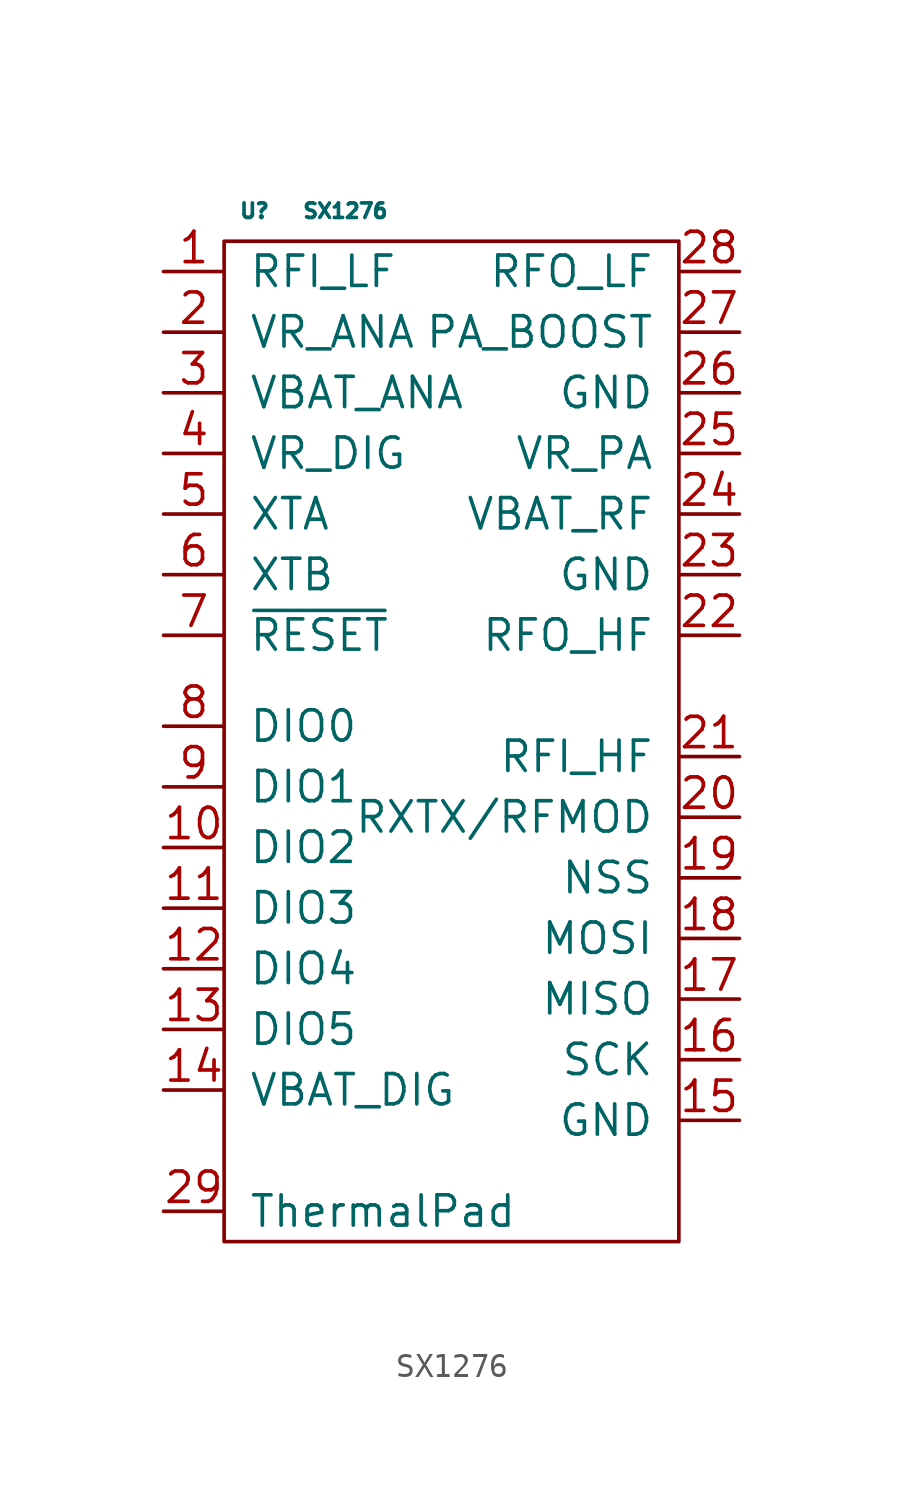
<source format=kicad_sym>
(kicad_symbol_lib
  (version 20211014)
  (generator kicad_symbol_editor)
  (symbol "SX1276"
    (pin_names
      (offset 1.016))
    (property "Reference" "U"
      (at -8.89 27.94 0)
      (effects (font (size 0.61 0.61))))
    (property "Value" "SX1276"
      (at -5.08 27.94 0)
      (effects (font (size 0.61 0.61))))
    (symbol "SX1276_0_1"
      (rectangle (start -10.16 26.67) (end 8.89 -15.24) (stroke (width 0) (type default) (color 0 0 0 0)) (fill (type none))))
    (symbol "SX1276_1_1"
      (pin input line (at -12.7 25.4 0) (length 2.54) (name "RFI_LF" (effects (font (size 1.27 1.27)))) (number "1" (effects (font (size 1.27 1.27)))))
      (pin input line (at -12.7 1.27 0) (length 2.54) (name "DIO2" (effects (font (size 1.27 1.27)))) (number "10" (effects (font (size 1.27 1.27)))))
      (pin input line (at -12.7 -1.27 0) (length 2.54) (name "DIO3" (effects (font (size 1.27 1.27)))) (number "11" (effects (font (size 1.27 1.27)))))
      (pin input line (at -12.7 -3.81 0) (length 2.54) (name "DIO4" (effects (font (size 1.27 1.27)))) (number "12" (effects (font (size 1.27 1.27)))))
      (pin input line (at -12.7 -6.35 0) (length 2.54) (name "DIO5" (effects (font (size 1.27 1.27)))) (number "13" (effects (font (size 1.27 1.27)))))
      (pin input line (at -12.7 -8.89 0) (length 2.54) (name "VBAT_DIG" (effects (font (size 1.27 1.27)))) (number "14" (effects (font (size 1.27 1.27)))))
      (pin input line (at 11.43 -10.16 180) (length 2.54) (name "GND" (effects (font (size 1.27 1.27)))) (number "15" (effects (font (size 1.27 1.27)))))
      (pin input line (at 11.43 -7.62 180) (length 2.54) (name "SCK" (effects (font (size 1.27 1.27)))) (number "16" (effects (font (size 1.27 1.27)))))
      (pin input line (at 11.43 -5.08 180) (length 2.54) (name "MISO" (effects (font (size 1.27 1.27)))) (number "17" (effects (font (size 1.27 1.27)))))
      (pin input line (at 11.43 -2.54 180) (length 2.54) (name "MOSI" (effects (font (size 1.27 1.27)))) (number "18" (effects (font (size 1.27 1.27)))))
      (pin input line (at 11.43 0 180) (length 2.54) (name "NSS" (effects (font (size 1.27 1.27)))) (number "19" (effects (font (size 1.27 1.27)))))
      (pin input line (at -12.7 22.86 0) (length 2.54) (name "VR_ANA" (effects (font (size 1.27 1.27)))) (number "2" (effects (font (size 1.27 1.27)))))
      (pin input line (at 11.43 2.54 180) (length 2.54) (name "RXTX/RFMOD" (effects (font (size 1.27 1.27)))) (number "20" (effects (font (size 1.27 1.27)))))
      (pin input line (at 11.43 5.08 180) (length 2.54) (name "RFI_HF" (effects (font (size 1.27 1.27)))) (number "21" (effects (font (size 1.27 1.27)))))
      (pin input line (at 11.43 10.16 180) (length 2.54) (name "RFO_HF" (effects (font (size 1.27 1.27)))) (number "22" (effects (font (size 1.27 1.27)))))
      (pin input line (at 11.43 12.7 180) (length 2.54) (name "GND" (effects (font (size 1.27 1.27)))) (number "23" (effects (font (size 1.27 1.27)))))
      (pin input line (at 11.43 15.24 180) (length 2.54) (name "VBAT_RF" (effects (font (size 1.27 1.27)))) (number "24" (effects (font (size 1.27 1.27)))))
      (pin input line (at 11.43 17.78 180) (length 2.54) (name "VR_PA" (effects (font (size 1.27 1.27)))) (number "25" (effects (font (size 1.27 1.27)))))
      (pin input line (at 11.43 20.32 180) (length 2.54) (name "GND" (effects (font (size 1.27 1.27)))) (number "26" (effects (font (size 1.27 1.27)))))
      (pin input line (at 11.43 22.86 180) (length 2.54) (name "PA_BOOST" (effects (font (size 1.27 1.27)))) (number "27" (effects (font (size 1.27 1.27)))))
      (pin input line (at 11.43 25.4 180) (length 2.54) (name "RFO_LF" (effects (font (size 1.27 1.27)))) (number "28" (effects (font (size 1.27 1.27)))))
      (pin power_in line (at -12.7 -13.97 0) (length 2.54) (name "ThermalPad" (effects (font (size 1.27 1.27)))) (number "29" (effects (font (size 1.27 1.27)))))
      (pin input line (at -12.7 20.32 0) (length 2.54) (name "VBAT_ANA" (effects (font (size 1.27 1.27)))) (number "3" (effects (font (size 1.27 1.27)))))
      (pin input line (at -12.7 17.78 0) (length 2.54) (name "VR_DIG" (effects (font (size 1.27 1.27)))) (number "4" (effects (font (size 1.27 1.27)))))
      (pin input line (at -12.7 15.24 0) (length 2.54) (name "XTA" (effects (font (size 1.27 1.27)))) (number "5" (effects (font (size 1.27 1.27)))))
      (pin input line (at -12.7 12.7 0) (length 2.54) (name "XTB" (effects (font (size 1.27 1.27)))) (number "6" (effects (font (size 1.27 1.27)))))
      (pin input line (at -12.7 10.16 0) (length 2.54) (name "~{RESET}" (effects (font (size 1.27 1.27)))) (number "7" (effects (font (size 1.27 1.27)))))
      (pin input line (at -12.7 6.35 0) (length 2.54) (name "DIO0" (effects (font (size 1.27 1.27)))) (number "8" (effects (font (size 1.27 1.27)))))
      (pin input line (at -12.7 3.81 0) (length 2.54) (name "DIO1" (effects (font (size 1.27 1.27)))) (number "9" (effects (font (size 1.27 1.27))))))))
</source>
